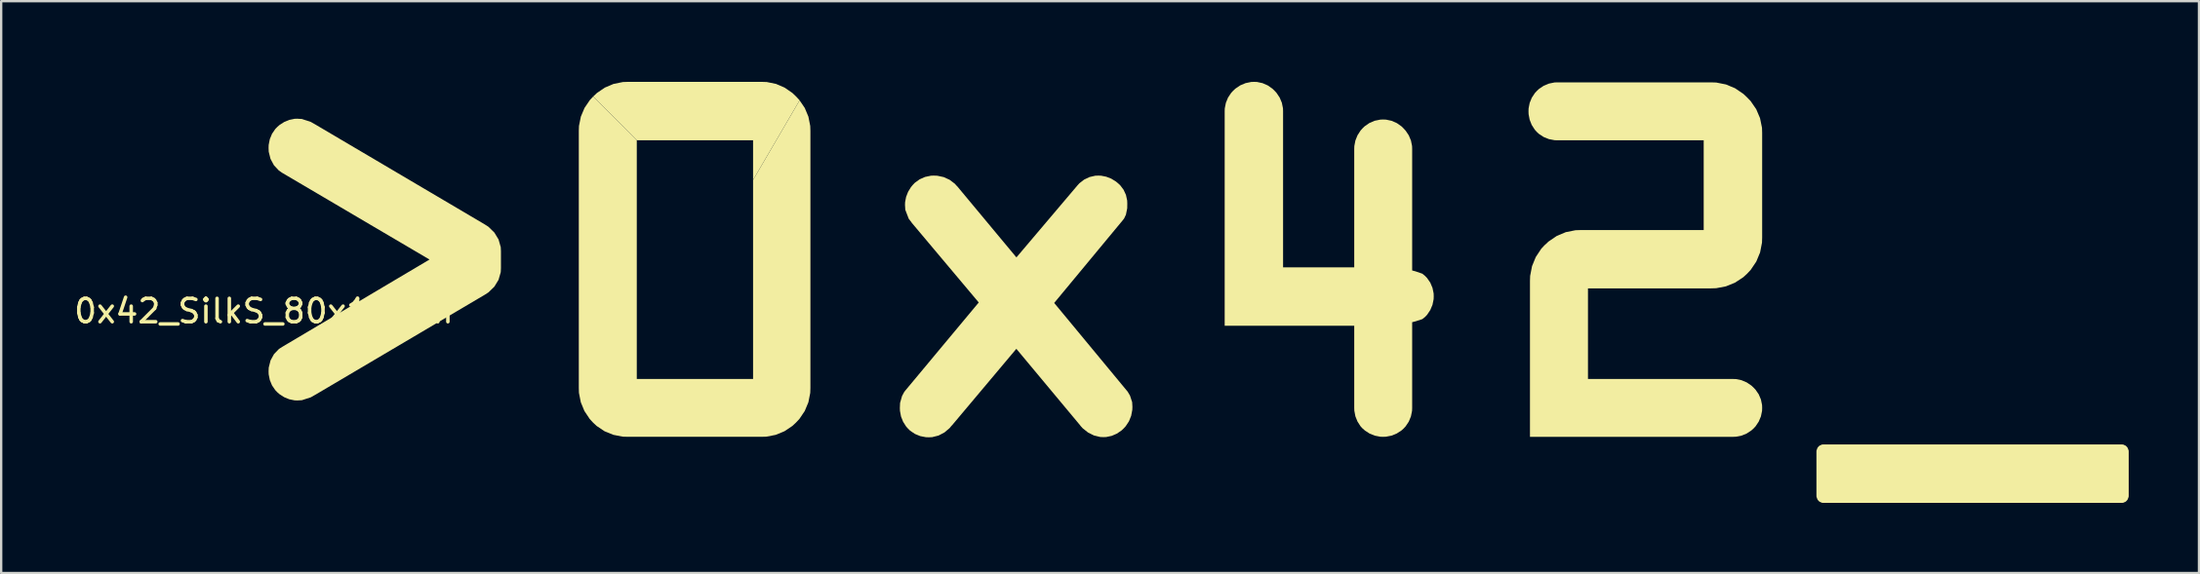
<source format=kicad_pcb>
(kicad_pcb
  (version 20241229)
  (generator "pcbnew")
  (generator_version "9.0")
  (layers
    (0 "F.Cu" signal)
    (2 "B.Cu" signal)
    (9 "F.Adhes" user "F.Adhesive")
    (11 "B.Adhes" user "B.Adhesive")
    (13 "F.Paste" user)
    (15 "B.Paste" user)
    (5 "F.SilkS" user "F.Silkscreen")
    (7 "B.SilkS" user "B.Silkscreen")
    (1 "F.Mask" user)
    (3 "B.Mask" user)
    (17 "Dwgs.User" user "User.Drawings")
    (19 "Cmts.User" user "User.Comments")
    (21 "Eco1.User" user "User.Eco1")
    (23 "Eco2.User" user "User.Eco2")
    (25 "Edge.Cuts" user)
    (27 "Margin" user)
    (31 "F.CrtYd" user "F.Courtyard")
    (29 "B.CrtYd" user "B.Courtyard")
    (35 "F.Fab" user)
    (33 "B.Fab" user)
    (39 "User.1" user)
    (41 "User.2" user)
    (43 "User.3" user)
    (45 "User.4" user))
  (footprint "0x42_SilkS_80x18mm"
    (layer "F.Cu")
    (at 8.22 0.25)
    (property "Reference" "0x42_SilkS_80x18mm" (at 0 10 0) (layer "F.SilkS") (effects (font (size 1 1) (thickness 0.15))))
    (attr board_only exclude_from_pos_files exclude_from_bom)
    (fp_poly (pts (xy 21.477 0.207) (xy 21.87 0.287) (xy 22.237 0.445) (xy 22.572 0.676) (xy 22.723 0.82) (xy 22.867 0.974) (xy 22.878 0.99) (xy 20.891 4.395) (xy 20.891 2.698) (xy 15.925 2.698) (xy 14.066 0.823) (xy 14.069 0.82) (xy 14.223 0.675) (xy 14.562 0.445) (xy 14.934 0.287) (xy 15.332 0.207) (xy 15.54 0.2) (xy 21.272 0.2)) (stroke (width 0) (type solid)) (fill yes) (layer "F.SilkS"))
    (fp_poly (pts (xy 79.404 15.706) (xy 79.51 15.754) (xy 79.554 15.795) (xy 79.593 15.843) (xy 79.637 15.958) (xy 79.64 16.021) (xy 79.64 17.881) (xy 79.637 17.944) (xy 79.593 18.059) (xy 79.555 18.107) (xy 79.511 18.148) (xy 79.404 18.196) (xy 79.345 18.2) (xy 66.599 18.2) (xy 66.54 18.196) (xy 66.433 18.148) (xy 66.389 18.107) (xy 66.351 18.059) (xy 66.307 17.944) (xy 66.304 17.881) (xy 66.304 16.021) (xy 66.307 15.958) (xy 66.351 15.843) (xy 66.39 15.795) (xy 66.434 15.754) (xy 66.54 15.706) (xy 66.599 15.702) (xy 79.345 15.702)) (stroke (width 0) (type solid)) (fill yes) (layer "F.SilkS"))
    (fp_poly (pts (xy 15.925 2.698) (xy 15.925 12.903) (xy 20.891 12.903) (xy 20.891 4.395) (xy 22.878 0.99) (xy 23.098 1.314) (xy 23.254 1.686) (xy 23.333 2.085) (xy 23.34 2.293) (xy 23.34 13.287) (xy 23.333 13.497) (xy 23.254 13.899) (xy 23.098 14.273) (xy 22.868 14.614) (xy 22.723 14.768) (xy 22.57 14.911) (xy 22.233 15.137) (xy 21.861 15.291) (xy 21.461 15.369) (xy 21.251 15.375) (xy 15.54 15.375) (xy 15.329 15.369) (xy 14.924 15.291) (xy 14.549 15.138) (xy 14.21 14.911) (xy 14.057 14.768) (xy 13.915 14.613) (xy 13.688 14.272) (xy 13.534 13.898) (xy 13.455 13.496) (xy 13.449 13.287) (xy 13.449 2.293) (xy 13.456 2.085) (xy 13.536 1.686) (xy 13.693 1.314) (xy 13.924 0.974) (xy 14.066 0.823)) (stroke (width 0) (type solid)) (fill yes) (layer "F.SilkS"))
    (fp_poly (pts (xy 1.429 1.776) (xy 1.622 1.787) (xy 2.004 1.913) (xy 2.193 2.02) (xy 9.434 6.295) (xy 9.589 6.395) (xy 9.843 6.643) (xy 10.022 6.938) (xy 10.116 7.269) (xy 10.124 7.445) (xy 10.124 8.156) (xy 10.116 8.332) (xy 10.022 8.661) (xy 9.843 8.955) (xy 9.589 9.201) (xy 9.434 9.301) (xy 2.198 13.577) (xy 2.189 13.581) (xy 2.004 13.687) (xy 1.623 13.81) (xy 1.429 13.821) (xy 1.312 13.817) (xy 1.084 13.771) (xy 0.867 13.682) (xy 0.667 13.553) (xy 0.576 13.474) (xy 0.573 13.47) (xy 0.486 13.38) (xy 0.347 13.177) (xy 0.253 12.949) (xy 0.204 12.704) (xy 0.2 12.577) (xy 0.207 12.415) (xy 0.283 12.111) (xy 0.431 11.84) (xy 0.644 11.619) (xy 0.775 11.534) (xy 7.073 7.796) (xy 0.771 4.083) (xy 0.767 4.08) (xy 0.637 3.989) (xy 0.427 3.763) (xy 0.282 3.491) (xy 0.206 3.186) (xy 0.2 3.025) (xy 0.204 2.897) (xy 0.252 2.651) (xy 0.346 2.422) (xy 0.485 2.217) (xy 0.572 2.128) (xy 0.576 2.128) (xy 0.576 2.123) (xy 0.667 2.044) (xy 0.867 1.915) (xy 1.084 1.826) (xy 1.312 1.779) (xy 1.429 1.775)) (stroke (width 0) (type solid)) (fill yes) (layer "F.SilkS"))
    (fp_poly (pts (xy 62.025 0.228) (xy 62.441 0.311) (xy 62.828 0.473) (xy 63.181 0.712) (xy 63.341 0.862) (xy 63.492 1.019) (xy 63.732 1.368) (xy 63.895 1.751) (xy 63.979 2.163) (xy 63.986 2.379) (xy 63.986 6.853) (xy 63.979 7.073) (xy 63.897 7.494) (xy 63.735 7.884) (xy 63.496 8.239) (xy 63.345 8.4) (xy 63.345 8.404) (xy 63.341 8.404) (xy 63.18 8.552) (xy 62.827 8.785) (xy 62.44 8.942) (xy 62.024 9.022) (xy 61.807 9.029) (xy 56.547 9.029) (xy 56.547 12.903) (xy 62.749 12.903) (xy 62.871 12.907) (xy 63.106 12.956) (xy 63.327 13.05) (xy 63.528 13.186) (xy 63.618 13.27) (xy 63.702 13.359) (xy 63.839 13.558) (xy 63.933 13.78) (xy 63.982 14.017) (xy 63.986 14.139) (xy 63.982 14.263) (xy 63.933 14.502) (xy 63.839 14.726) (xy 63.703 14.929) (xy 63.618 15.02) (xy 63.618 15.024) (xy 63.613 15.024) (xy 63.523 15.105) (xy 63.323 15.236) (xy 63.103 15.325) (xy 62.869 15.371) (xy 62.749 15.376) (xy 54.07 15.376) (xy 54.07 8.714) (xy 54.077 8.496) (xy 54.158 8.079) (xy 54.317 7.69) (xy 54.551 7.336) (xy 54.699 7.176) (xy 54.703 7.176) (xy 54.863 7.026) (xy 55.215 6.787) (xy 55.6 6.625) (xy 56.013 6.543) (xy 56.229 6.536) (xy 61.489 6.536) (xy 61.489 2.698) (xy 55.245 2.698) (xy 55.121 2.694) (xy 54.88 2.648) (xy 54.656 2.558) (xy 54.454 2.426) (xy 54.364 2.342) (xy 54.355 2.333) (xy 54.274 2.243) (xy 54.144 2.04) (xy 54.056 1.817) (xy 54.011 1.58) (xy 54.007 1.457) (xy 54.011 1.335) (xy 54.058 1.098) (xy 54.148 0.878) (xy 54.28 0.678) (xy 54.363 0.589) (xy 54.452 0.504) (xy 54.654 0.368) (xy 54.879 0.274) (xy 55.119 0.225) (xy 55.244 0.221) (xy 61.807 0.221)) (stroke (width 0) (type solid)) (fill yes) (layer "F.SilkS"))
    (fp_poly (pts (xy 28.615 4.208) (xy 28.758 4.213) (xy 29.032 4.271) (xy 29.284 4.386) (xy 29.505 4.553) (xy 29.6 4.658) (xy 29.604 4.658) (xy 32.138 7.705) (xy 34.739 4.633) (xy 34.827 4.536) (xy 35.03 4.378) (xy 35.259 4.269) (xy 35.508 4.212) (xy 35.637 4.208) (xy 35.751 4.211) (xy 35.975 4.255) (xy 36.188 4.338) (xy 36.385 4.459) (xy 36.476 4.534) (xy 36.567 4.617) (xy 36.714 4.812) (xy 36.816 5.033) (xy 36.868 5.273) (xy 36.873 5.398) (xy 36.87 5.604) (xy 36.815 5.878) (xy 36.737 6.042) (xy 36.678 6.118) (xy 33.751 9.652) (xy 36.827 13.37) (xy 36.89 13.446) (xy 36.989 13.614) (xy 37.081 13.894) (xy 37.092 14.094) (xy 37.087 14.225) (xy 37.039 14.477) (xy 36.944 14.713) (xy 36.803 14.925) (xy 36.715 15.02) (xy 36.626 15.104) (xy 36.427 15.24) (xy 36.208 15.335) (xy 35.975 15.384) (xy 35.855 15.389) (xy 35.715 15.383) (xy 35.446 15.317) (xy 35.196 15.192) (xy 34.971 15.013) (xy 34.872 14.904) (xy 34.872 14.899) (xy 32.135 11.613) (xy 29.381 14.892) (xy 29.376 14.892) (xy 29.282 15.005) (xy 29.062 15.191) (xy 28.811 15.322) (xy 28.539 15.39) (xy 28.396 15.396) (xy 28.271 15.392) (xy 28.028 15.345) (xy 27.803 15.252) (xy 27.6 15.115) (xy 27.511 15.028) (xy 27.429 14.937) (xy 27.298 14.731) (xy 27.209 14.505) (xy 27.164 14.264) (xy 27.16 14.139) (xy 27.169 13.927) (xy 27.252 13.633) (xy 27.346 13.458) (xy 27.408 13.379) (xy 30.529 9.632) (xy 27.66 6.216) (xy 27.664 6.216) (xy 27.538 6.051) (xy 27.392 5.67) (xy 27.379 5.464) (xy 27.383 5.347) (xy 27.426 5.118) (xy 27.511 4.901) (xy 27.634 4.7) (xy 27.71 4.608) (xy 27.799 4.515) (xy 28.005 4.366) (xy 28.236 4.264) (xy 28.485 4.212) (xy 28.615 4.207)) (stroke (width 0) (type solid)) (fill yes) (layer "F.SilkS"))
    (fp_poly (pts (xy 42.289 0.2) (xy 42.412 0.204) (xy 42.65 0.255) (xy 42.872 0.352) (xy 43.073 0.493) (xy 43.163 0.581) (xy 43.246 0.671) (xy 43.381 0.873) (xy 43.474 1.096) (xy 43.522 1.334) (xy 43.526 1.457) (xy 43.526 8.131) (xy 46.565 8.131) (xy 46.565 3.066) (xy 46.569 2.944) (xy 46.615 2.706) (xy 46.705 2.483) (xy 46.836 2.28) (xy 46.917 2.189) (xy 47.008 2.101) (xy 47.211 1.96) (xy 47.436 1.863) (xy 47.677 1.814) (xy 47.801 1.809) (xy 47.925 1.814) (xy 48.166 1.866) (xy 48.39 1.966) (xy 48.591 2.109) (xy 48.679 2.198) (xy 48.761 2.288) (xy 48.895 2.488) (xy 48.987 2.709) (xy 49.035 2.945) (xy 49.039 3.066) (xy 49.039 8.263) (xy 49.188 8.303) (xy 49.475 8.402) (xy 49.592 8.499) (xy 49.677 8.588) (xy 49.814 8.787) (xy 49.907 9.008) (xy 49.956 9.245) (xy 49.96 9.368) (xy 49.956 9.492) (xy 49.907 9.731) (xy 49.813 9.955) (xy 49.677 10.158) (xy 49.592 10.249) (xy 49.474 10.343) (xy 49.188 10.437) (xy 49.039 10.475) (xy 49.039 14.139) (xy 49.035 14.263) (xy 48.987 14.502) (xy 48.895 14.726) (xy 48.759 14.929) (xy 48.674 15.02) (xy 48.67 15.024) (xy 48.58 15.105) (xy 48.378 15.236) (xy 48.157 15.325) (xy 47.922 15.371) (xy 47.801 15.376) (xy 47.679 15.372) (xy 47.443 15.326) (xy 47.221 15.237) (xy 47.02 15.106) (xy 46.929 15.024) (xy 46.92 15.02) (xy 46.916 15.015) (xy 46.834 14.925) (xy 46.704 14.722) (xy 46.614 14.499) (xy 46.569 14.261) (xy 46.565 14.139) (xy 46.565 10.628) (xy 41.032 10.628) (xy 41.032 1.457) (xy 41.036 1.333) (xy 41.084 1.094) (xy 41.176 0.87) (xy 41.312 0.667) (xy 41.397 0.576) (xy 41.489 0.49) (xy 41.696 0.35) (xy 41.923 0.254) (xy 42.165 0.204) (xy 42.289 0.2)) (stroke (width 0) (type solid)) (fill yes) (layer "F.SilkS")))
  (gr_rect
    (start -3 -3)
    (end 90.861 21.45)
    (stroke (width 0.1) (type default))
    (fill no)
    (layer "Edge.Cuts")))
</source>
